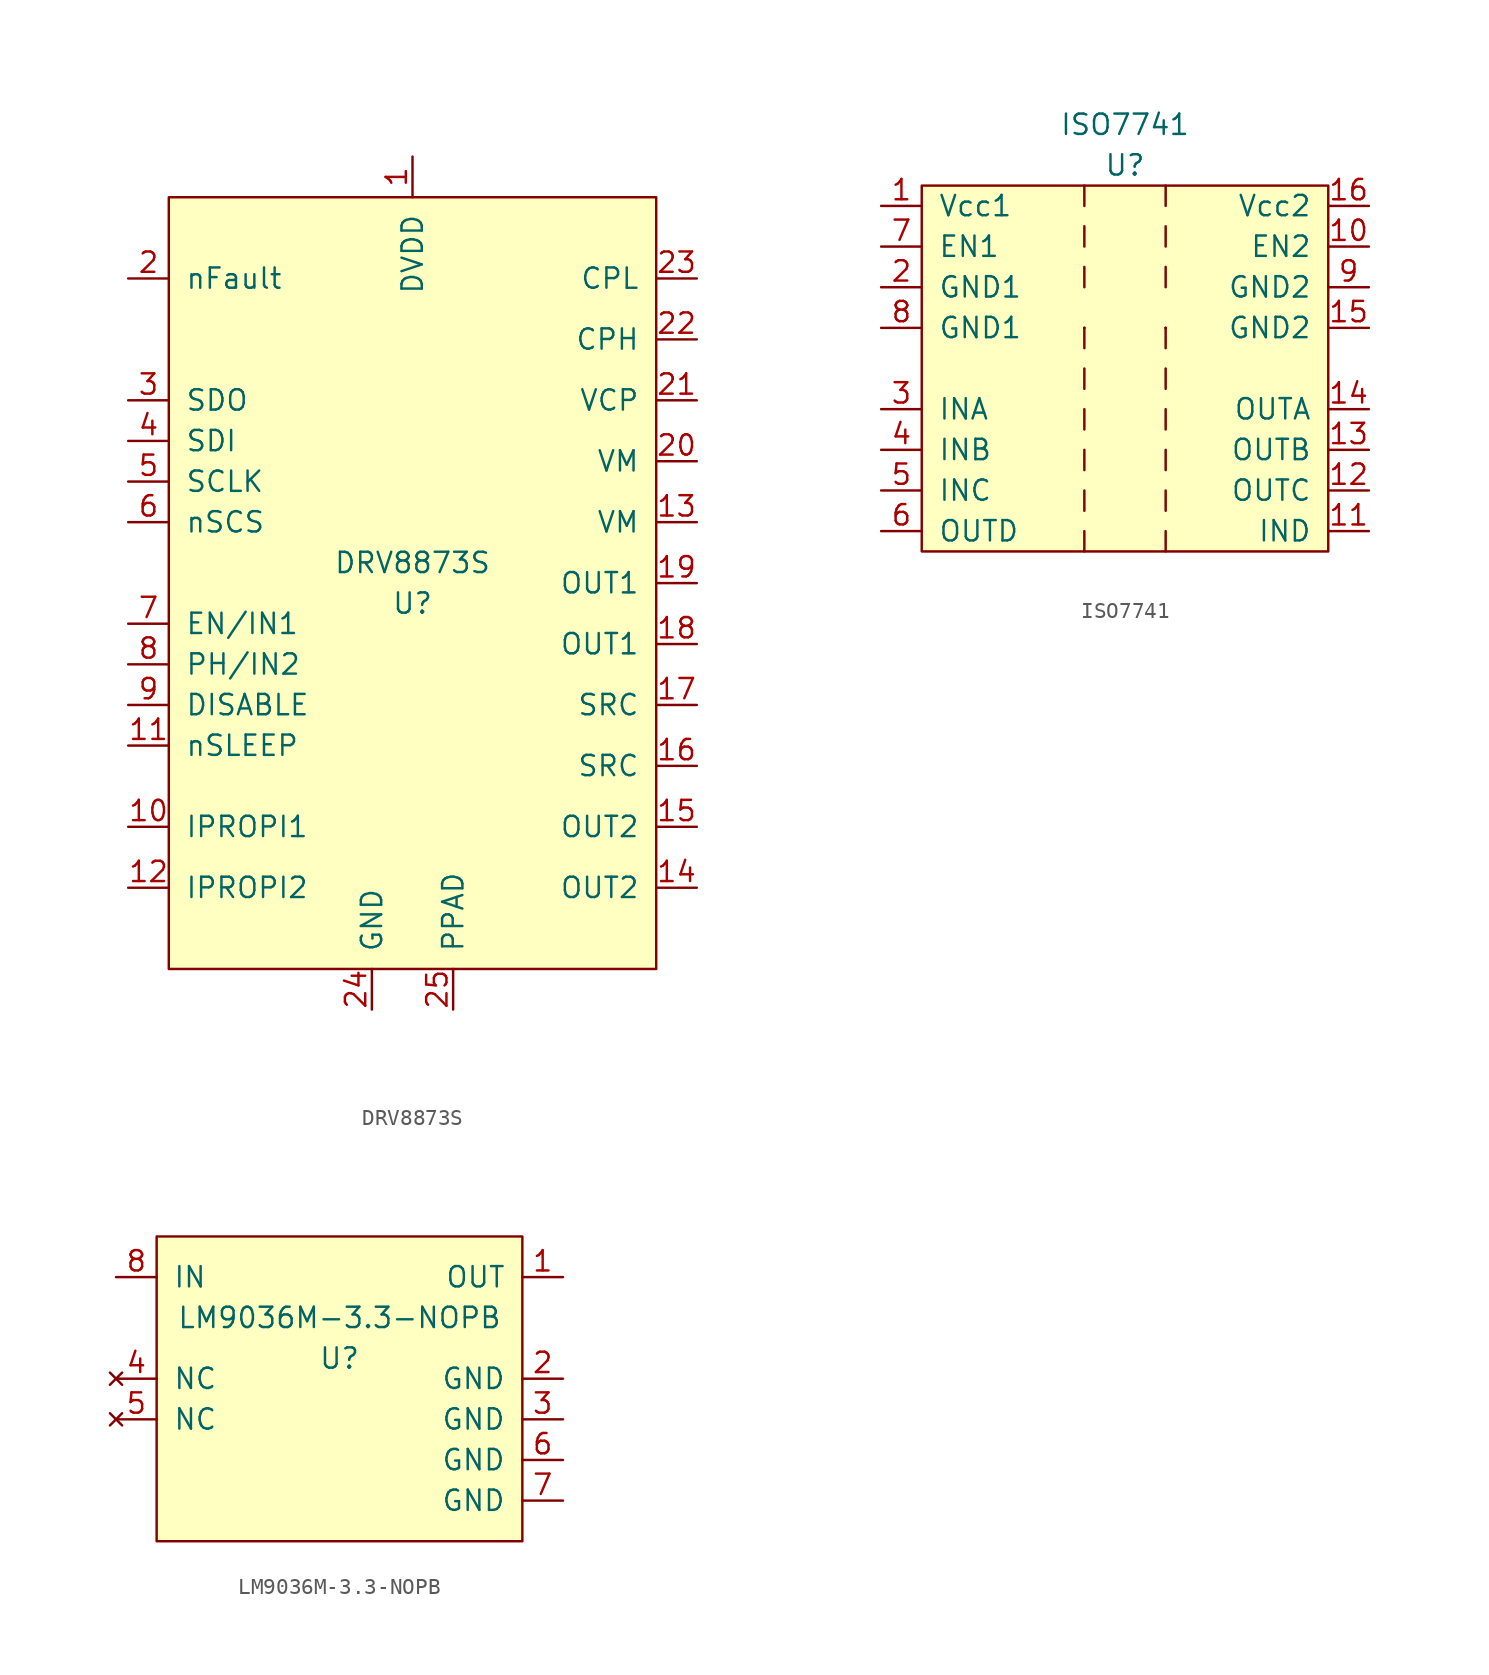
<source format=kicad_sym>
(kicad_symbol_lib
  (version 20241209)
  (generator "kicad_symbol_editor")
  (generator_version "9.0")
  (symbol "DRV8873S"
    (pin_names
      (offset 1.016))
    (property "Reference" "U"
      (at 0 -1.27 0)
      (effects (font (size 1.27 1.27))))
    (property "Value" "DRV8873S"
      (at 0 1.27 0)
      (effects (font (size 1.27 1.27))))
    (symbol "DRV8873S_0_1"
      (rectangle (start -15.24 24.13) (end 15.24 -24.13) (stroke (width 0) (type solid)) (fill (type background))))
    (symbol "DRV8873S_1_1"
      (pin output line (at -17.78 19.05 0) (length 2.54) (name "nFault" (effects (font (size 1.27 1.27)))) (number "2" (effects (font (size 1.27 1.27)))))
      (pin output line (at -17.78 11.43 0) (length 2.54) (name "SDO" (effects (font (size 1.27 1.27)))) (number "3" (effects (font (size 1.27 1.27)))))
      (pin input line (at -17.78 8.89 0) (length 2.54) (name "SDI" (effects (font (size 1.27 1.27)))) (number "4" (effects (font (size 1.27 1.27)))))
      (pin input line (at -17.78 6.35 0) (length 2.54) (name "SCLK" (effects (font (size 1.27 1.27)))) (number "5" (effects (font (size 1.27 1.27)))))
      (pin input line (at -17.78 3.81 0) (length 2.54) (name "nSCS" (effects (font (size 1.27 1.27)))) (number "6" (effects (font (size 1.27 1.27)))))
      (pin input line (at -17.78 -2.54 0) (length 2.54) (name "EN/IN1" (effects (font (size 1.27 1.27)))) (number "7" (effects (font (size 1.27 1.27)))))
      (pin input line (at -17.78 -5.08 0) (length 2.54) (name "PH/IN2" (effects (font (size 1.27 1.27)))) (number "8" (effects (font (size 1.27 1.27)))))
      (pin input line (at -17.78 -7.62 0) (length 2.54) (name "DISABLE" (effects (font (size 1.27 1.27)))) (number "9" (effects (font (size 1.27 1.27)))))
      (pin input line (at -17.78 -10.16 0) (length 2.54) (name "nSLEEP" (effects (font (size 1.27 1.27)))) (number "11" (effects (font (size 1.27 1.27)))))
      (pin input line (at -17.78 -15.24 0) (length 2.54) (name "IPROPI1" (effects (font (size 1.27 1.27)))) (number "10" (effects (font (size 1.27 1.27)))))
      (pin input line (at -17.78 -19.05 0) (length 2.54) (name "IPROPI2" (effects (font (size 1.27 1.27)))) (number "12" (effects (font (size 1.27 1.27)))))
      (pin power_out line (at -2.54 -26.67 90) (length 2.54) (name "GND" (effects (font (size 1.27 1.27)))) (number "24" (effects (font (size 1.27 1.27)))))
      (pin passive line (at 0 26.67 270) (length 2.54) (name "DVDD" (effects (font (size 1.27 1.27)))) (number "1" (effects (font (size 1.27 1.27)))))
      (pin power_out line (at 2.54 -26.67 90) (length 2.54) (name "PPAD" (effects (font (size 1.27 1.27)))) (number "25" (effects (font (size 1.27 1.27)))))
      (pin power_in line (at 17.78 19.05 180) (length 2.54) (name "CPL" (effects (font (size 1.27 1.27)))) (number "23" (effects (font (size 1.27 1.27)))))
      (pin power_out line (at 17.78 15.24 180) (length 2.54) (name "CPH" (effects (font (size 1.27 1.27)))) (number "22" (effects (font (size 1.27 1.27)))))
      (pin power_out line (at 17.78 11.43 180) (length 2.54) (name "VCP" (effects (font (size 1.27 1.27)))) (number "21" (effects (font (size 1.27 1.27)))))
      (pin power_in line (at 17.78 7.62 180) (length 2.54) (name "VM" (effects (font (size 1.27 1.27)))) (number "20" (effects (font (size 1.27 1.27)))))
      (pin power_in line (at 17.78 3.81 180) (length 2.54) (name "VM" (effects (font (size 1.27 1.27)))) (number "13" (effects (font (size 1.27 1.27)))))
      (pin output line (at 17.78 0 180) (length 2.54) (name "OUT1" (effects (font (size 1.27 1.27)))) (number "19" (effects (font (size 1.27 1.27)))))
      (pin output line (at 17.78 -3.81 180) (length 2.54) (name "OUT1" (effects (font (size 1.27 1.27)))) (number "18" (effects (font (size 1.27 1.27)))))
      (pin output line (at 17.78 -7.62 180) (length 2.54) (name "SRC" (effects (font (size 1.27 1.27)))) (number "17" (effects (font (size 1.27 1.27)))))
      (pin output line (at 17.78 -11.43 180) (length 2.54) (name "SRC" (effects (font (size 1.27 1.27)))) (number "16" (effects (font (size 1.27 1.27)))))
      (pin output line (at 17.78 -15.24 180) (length 2.54) (name "OUT2" (effects (font (size 1.27 1.27)))) (number "15" (effects (font (size 1.27 1.27)))))
      (pin output line (at 17.78 -19.05 180) (length 2.54) (name "OUT2" (effects (font (size 1.27 1.27)))) (number "14" (effects (font (size 1.27 1.27)))))))
  (symbol "ISO7741"
    (pin_names
      (offset 1.016))
    (property "Reference" "U"
      (at 0 13.97 0)
      (effects (font (size 1.27 1.27))))
    (property "Value" "ISO7741"
      (at 0 16.51 0)
      (effects (font (size 1.27 1.27))))
    (symbol "ISO7741_0_1"
      (rectangle (start -12.7 12.7) (end 12.7 -10.16) (stroke (width 0) (type solid)) (fill (type background)))
      (polyline (pts (xy -2.54 12.7) (xy -2.54 11.43)) (stroke (width 0) (type solid)) (fill (type none)))
      (polyline (pts (xy -2.54 10.16) (xy -2.54 8.89)) (stroke (width 0) (type solid)) (fill (type none)))
      (polyline (pts (xy -2.54 7.62) (xy -2.54 6.35)) (stroke (width 0) (type solid)) (fill (type none)))
      (polyline (pts (xy -2.54 3.81) (xy -2.54 3.81)) (stroke (width 0) (type solid)) (fill (type none)))
      (polyline (pts (xy -2.54 3.81) (xy -2.54 3.81)) (stroke (width 0) (type solid)) (fill (type none)))
      (polyline (pts (xy -2.54 3.81) (xy -2.54 2.54)) (stroke (width 0) (type solid)) (fill (type none)))
      (polyline (pts (xy -2.54 1.27) (xy -2.54 0)) (stroke (width 0) (type solid)) (fill (type background)))
      (polyline (pts (xy -2.54 -1.27) (xy -2.54 -2.54)) (stroke (width 0) (type solid)) (fill (type none)))
      (polyline (pts (xy -2.54 -3.81) (xy -2.54 -5.08)) (stroke (width 0) (type solid)) (fill (type none)))
      (polyline (pts (xy -2.54 -6.35) (xy -2.54 -7.62)) (stroke (width 0) (type solid)) (fill (type none)))
      (polyline (pts (xy -2.54 -8.89) (xy -2.54 -10.16)) (stroke (width 0) (type solid)) (fill (type none))))
    (symbol "ISO7741_1_1"
      (polyline (pts (xy 2.54 12.7) (xy 2.54 11.43)) (stroke (width 0) (type solid)) (fill (type none)))
      (polyline (pts (xy 2.54 10.16) (xy 2.54 8.89)) (stroke (width 0) (type solid)) (fill (type none)))
      (polyline (pts (xy 2.54 7.62) (xy 2.54 6.35)) (stroke (width 0) (type solid)) (fill (type none)))
      (polyline (pts (xy 2.54 3.81) (xy 2.54 3.81)) (stroke (width 0) (type solid)) (fill (type none)))
      (polyline (pts (xy 2.54 3.81) (xy 2.54 3.81)) (stroke (width 0) (type solid)) (fill (type none)))
      (polyline (pts (xy 2.54 3.81) (xy 2.54 2.54)) (stroke (width 0) (type solid)) (fill (type none)))
      (polyline (pts (xy 2.54 1.27) (xy 2.54 0)) (stroke (width 0) (type solid)) (fill (type none)))
      (polyline (pts (xy 2.54 -1.27) (xy 2.54 -2.54)) (stroke (width 0) (type solid)) (fill (type none)))
      (polyline (pts (xy 2.54 -3.81) (xy 2.54 -5.08)) (stroke (width 0) (type solid)) (fill (type none)))
      (polyline (pts (xy 2.54 -6.35) (xy 2.54 -7.62)) (stroke (width 0) (type solid)) (fill (type none)))
      (polyline (pts (xy 2.54 -8.89) (xy 2.54 -10.16)) (stroke (width 0) (type solid)) (fill (type none)))
      (pin power_in line (at -15.24 11.43 0) (length 2.54) (name "Vcc1" (effects (font (size 1.27 1.27)))) (number "1" (effects (font (size 1.27 1.27)))))
      (pin input line (at -15.24 8.89 0) (length 2.54) (name "EN1" (effects (font (size 1.27 1.27)))) (number "7" (effects (font (size 1.27 1.27)))))
      (pin power_out line (at -15.24 6.35 0) (length 2.54) (name "GND1" (effects (font (size 1.27 1.27)))) (number "2" (effects (font (size 1.27 1.27)))))
      (pin power_out line (at -15.24 3.81 0) (length 2.54) (name "GND1" (effects (font (size 1.27 1.27)))) (number "8" (effects (font (size 1.27 1.27)))))
      (pin input line (at -15.24 -1.27 0) (length 2.54) (name "INA" (effects (font (size 1.27 1.27)))) (number "3" (effects (font (size 1.27 1.27)))))
      (pin input line (at -15.24 -3.81 0) (length 2.54) (name "INB" (effects (font (size 1.27 1.27)))) (number "4" (effects (font (size 1.27 1.27)))))
      (pin input line (at -15.24 -6.35 0) (length 2.54) (name "INC" (effects (font (size 1.27 1.27)))) (number "5" (effects (font (size 1.27 1.27)))))
      (pin output line (at -15.24 -8.89 0) (length 2.54) (name "OUTD" (effects (font (size 1.27 1.27)))) (number "6" (effects (font (size 1.27 1.27)))))
      (pin power_in line (at 15.24 11.43 180) (length 2.54) (name "Vcc2" (effects (font (size 1.27 1.27)))) (number "16" (effects (font (size 1.27 1.27)))))
      (pin input line (at 15.24 8.89 180) (length 2.54) (name "EN2" (effects (font (size 1.27 1.27)))) (number "10" (effects (font (size 1.27 1.27)))))
      (pin power_out line (at 15.24 6.35 180) (length 2.54) (name "GND2" (effects (font (size 1.27 1.27)))) (number "9" (effects (font (size 1.27 1.27)))))
      (pin power_out line (at 15.24 3.81 180) (length 2.54) (name "GND2" (effects (font (size 1.27 1.27)))) (number "15" (effects (font (size 1.27 1.27)))))
      (pin output line (at 15.24 -1.27 180) (length 2.54) (name "OUTA" (effects (font (size 1.27 1.27)))) (number "14" (effects (font (size 1.27 1.27)))))
      (pin output line (at 15.24 -3.81 180) (length 2.54) (name "OUTB" (effects (font (size 1.27 1.27)))) (number "13" (effects (font (size 1.27 1.27)))))
      (pin output line (at 15.24 -6.35 180) (length 2.54) (name "OUTC" (effects (font (size 1.27 1.27)))) (number "12" (effects (font (size 1.27 1.27)))))
      (pin input line (at 15.24 -8.89 180) (length 2.54) (name "IND" (effects (font (size 1.27 1.27)))) (number "11" (effects (font (size 1.27 1.27)))))))
  (symbol "LM9036M-3.3-NOPB"
    (pin_names
      (offset 1.016))
    (property "Reference" "U"
      (at 0 -1.27 0)
      (effects (font (size 1.27 1.27))))
    (property "Value" "LM9036M-3.3-NOPB"
      (at 0 1.27 0)
      (effects (font (size 1.27 1.27))))
    (symbol "LM9036M-3.3-NOPB_0_1"
      (rectangle (start -11.43 6.35) (end 11.43 -12.7) (stroke (width 0) (type solid)) (fill (type background))))
    (symbol "LM9036M-3.3-NOPB_1_1"
      (pin power_in line (at -13.97 3.81 0) (length 2.54) (name "IN" (effects (font (size 1.27 1.27)))) (number "8" (effects (font (size 1.27 1.27)))))
      (pin no_connect line (at -13.97 -2.54 0) (length 2.54) (name "NC" (effects (font (size 1.27 1.27)))) (number "4" (effects (font (size 1.27 1.27)))))
      (pin no_connect line (at -13.97 -5.08 0) (length 2.54) (name "NC" (effects (font (size 1.27 1.27)))) (number "5" (effects (font (size 1.27 1.27)))))
      (pin power_in line (at 13.97 3.81 180) (length 2.54) (name "OUT" (effects (font (size 1.27 1.27)))) (number "1" (effects (font (size 1.27 1.27)))))
      (pin power_in line (at 13.97 -2.54 180) (length 2.54) (name "GND" (effects (font (size 1.27 1.27)))) (number "2" (effects (font (size 1.27 1.27)))))
      (pin power_in line (at 13.97 -5.08 180) (length 2.54) (name "GND" (effects (font (size 1.27 1.27)))) (number "3" (effects (font (size 1.27 1.27)))))
      (pin power_in line (at 13.97 -7.62 180) (length 2.54) (name "GND" (effects (font (size 1.27 1.27)))) (number "6" (effects (font (size 1.27 1.27)))))
      (pin power_in line (at 13.97 -10.16 180) (length 2.54) (name "GND" (effects (font (size 1.27 1.27)))) (number "7" (effects (font (size 1.27 1.27))))))))
</source>
